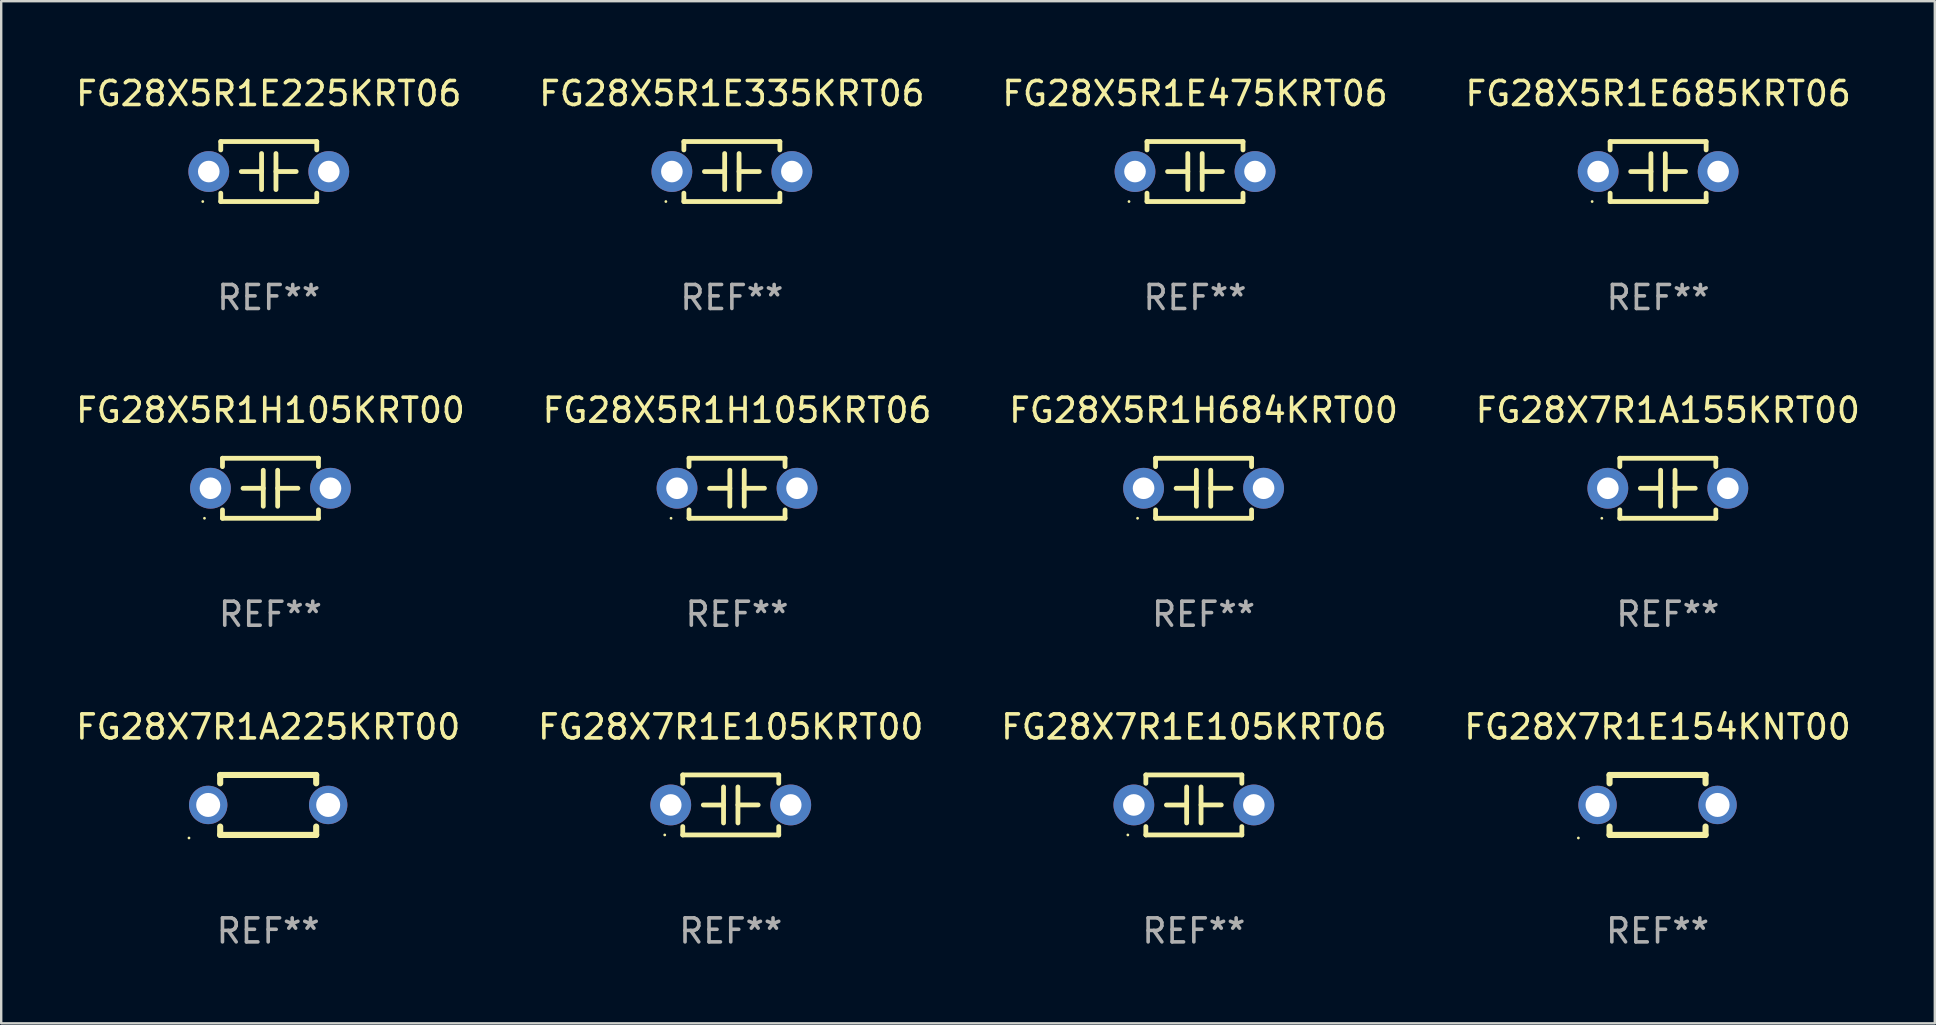
<source format=kicad_pcb>
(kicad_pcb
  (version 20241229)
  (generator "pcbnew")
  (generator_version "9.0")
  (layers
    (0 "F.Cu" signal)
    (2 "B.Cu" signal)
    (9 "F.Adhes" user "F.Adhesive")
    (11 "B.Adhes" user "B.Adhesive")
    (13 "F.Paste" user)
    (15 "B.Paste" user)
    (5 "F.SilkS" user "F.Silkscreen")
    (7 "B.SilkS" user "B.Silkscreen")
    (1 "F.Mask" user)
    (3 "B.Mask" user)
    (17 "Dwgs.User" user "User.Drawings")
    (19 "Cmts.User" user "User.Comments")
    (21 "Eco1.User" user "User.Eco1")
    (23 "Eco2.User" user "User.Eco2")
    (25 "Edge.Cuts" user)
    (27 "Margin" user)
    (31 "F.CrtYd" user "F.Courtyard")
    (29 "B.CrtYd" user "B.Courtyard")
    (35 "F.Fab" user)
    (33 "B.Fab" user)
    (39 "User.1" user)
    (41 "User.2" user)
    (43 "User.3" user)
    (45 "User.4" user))
  (footprint "FG28X7R1E105KRT06"
    (layer "F.Cu")
    (at 46.696 30.491)
    (property "Reference" "FG28X7R1E105KRT06" (at 0 -3.25 0) (layer "F.SilkS") (effects (font (size 1 1) (thickness 0.15))))
    (attr through_hole)
    (fp_line (start -2 -1.25) (end -2 -0.901) (stroke (width 0.2) (type solid)) (layer "F.SilkS"))
    (fp_line (start -2 -1.25) (end 2 -1.25) (stroke (width 0.2) (type solid)) (layer "F.SilkS"))
    (fp_line (start -2 0.901) (end -2 1.25) (stroke (width 0.2) (type solid)) (layer "F.SilkS"))
    (fp_line (start -0.3 -0.75) (end -0.3 0.75) (stroke (width 0.2) (type solid)) (layer "F.SilkS"))
    (fp_line (start -0.3 0.001) (end -1.143 0.001) (stroke (width 0.2) (type solid)) (layer "F.SilkS"))
    (fp_line (start 0.3 -0.001) (end 1.143 -0.001) (stroke (width 0.2) (type solid)) (layer "F.SilkS"))
    (fp_line (start 0.3 0.75) (end 0.3 -0.75) (stroke (width 0.2) (type solid)) (layer "F.SilkS"))
    (fp_line (start 2 -1.25) (end 2 -0.901) (stroke (width 0.2) (type solid)) (layer "F.SilkS"))
    (fp_line (start 2 0.901) (end 2 1.25) (stroke (width 0.2) (type solid)) (layer "F.SilkS"))
    (fp_line (start 2 1.25) (end -2 1.25) (stroke (width 0.2) (type solid)) (layer "F.SilkS"))
    (fp_circle (center -2.75 1.25) (end -2.72 1.25) (stroke (width 0.06) (type solid)) (fill no) (layer "F.SilkS"))
    (fp_text user "REF**" (at 0 5.25 0) (layer "F.Fab") (effects (font (size 1 1) (thickness 0.15))))
    (pad "1" thru_hole circle (at -2.5 0) (size 1.7 1.7) (drill 0.9) (layers "*.Cu" "*.Mask"))
    (pad "2" thru_hole circle (at 2.5 0) (size 1.7 1.7) (drill 0.9) (layers "*.Cu" "*.Mask")))
  (footprint "FG28X5R1E335KRT06"
    (layer "F.Cu")
    (at 27.446 4.098)
    (property "Reference" "FG28X5R1E335KRT06" (at 0 -3.25 0) (layer "F.SilkS") (effects (font (size 1 1) (thickness 0.15))))
    (attr through_hole)
    (fp_line (start -2 -1.25) (end -2 -0.901) (stroke (width 0.2) (type solid)) (layer "F.SilkS"))
    (fp_line (start -2 -1.25) (end 2 -1.25) (stroke (width 0.2) (type solid)) (layer "F.SilkS"))
    (fp_line (start -2 0.901) (end -2 1.25) (stroke (width 0.2) (type solid)) (layer "F.SilkS"))
    (fp_line (start -0.3 -0.75) (end -0.3 0.75) (stroke (width 0.2) (type solid)) (layer "F.SilkS"))
    (fp_line (start -0.3 0.001) (end -1.143 0.001) (stroke (width 0.2) (type solid)) (layer "F.SilkS"))
    (fp_line (start 0.3 -0.001) (end 1.143 -0.001) (stroke (width 0.2) (type solid)) (layer "F.SilkS"))
    (fp_line (start 0.3 0.75) (end 0.3 -0.75) (stroke (width 0.2) (type solid)) (layer "F.SilkS"))
    (fp_line (start 2 -1.25) (end 2 -0.901) (stroke (width 0.2) (type solid)) (layer "F.SilkS"))
    (fp_line (start 2 0.901) (end 2 1.25) (stroke (width 0.2) (type solid)) (layer "F.SilkS"))
    (fp_line (start 2 1.25) (end -2 1.25) (stroke (width 0.2) (type solid)) (layer "F.SilkS"))
    (fp_circle (center -2.75 1.25) (end -2.72 1.25) (stroke (width 0.06) (type solid)) (fill no) (layer "F.SilkS"))
    (fp_text user "REF**" (at 0 5.25 0) (layer "F.Fab") (effects (font (size 1 1) (thickness 0.15))))
    (pad "1" thru_hole circle (at -2.5 0) (size 1.7 1.7) (drill 0.9) (layers "*.Cu" "*.Mask"))
    (pad "2" thru_hole circle (at 2.5 0) (size 1.7 1.7) (drill 0.9) (layers "*.Cu" "*.Mask")))
  (footprint "FG28X7R1A155KRT00"
    (layer "F.Cu")
    (at 66.446 17.295)
    (property "Reference" "FG28X7R1A155KRT00" (at 0 -3.25 0) (layer "F.SilkS") (effects (font (size 1 1) (thickness 0.15))))
    (attr through_hole)
    (fp_line (start -2 -1.25) (end -2 -0.901) (stroke (width 0.2) (type solid)) (layer "F.SilkS"))
    (fp_line (start -2 -1.25) (end 2 -1.25) (stroke (width 0.2) (type solid)) (layer "F.SilkS"))
    (fp_line (start -2 0.901) (end -2 1.25) (stroke (width 0.2) (type solid)) (layer "F.SilkS"))
    (fp_line (start -0.3 -0.75) (end -0.3 0.75) (stroke (width 0.2) (type solid)) (layer "F.SilkS"))
    (fp_line (start -0.3 0.001) (end -1.143 0.001) (stroke (width 0.2) (type solid)) (layer "F.SilkS"))
    (fp_line (start 0.3 -0.001) (end 1.143 -0.001) (stroke (width 0.2) (type solid)) (layer "F.SilkS"))
    (fp_line (start 0.3 0.75) (end 0.3 -0.75) (stroke (width 0.2) (type solid)) (layer "F.SilkS"))
    (fp_line (start 2 -1.25) (end 2 -0.901) (stroke (width 0.2) (type solid)) (layer "F.SilkS"))
    (fp_line (start 2 0.901) (end 2 1.25) (stroke (width 0.2) (type solid)) (layer "F.SilkS"))
    (fp_line (start 2 1.25) (end -2 1.25) (stroke (width 0.2) (type solid)) (layer "F.SilkS"))
    (fp_circle (center -2.75 1.25) (end -2.72 1.25) (stroke (width 0.06) (type solid)) (fill no) (layer "F.SilkS"))
    (fp_text user "REF**" (at 0 5.25 0) (layer "F.Fab") (effects (font (size 1 1) (thickness 0.15))))
    (pad "1" thru_hole circle (at -2.5 0) (size 1.7 1.7) (drill 0.9) (layers "*.Cu" "*.Mask"))
    (pad "2" thru_hole circle (at 2.5 0) (size 1.7 1.7) (drill 0.9) (layers "*.Cu" "*.Mask")))
  (footprint "FG28X7R1A225KRT00"
    (layer "F.Cu")
    (at 8.125 30.491)
    (property "Reference" "FG28X7R1A225KRT00" (at 0 -3.25 0) (layer "F.SilkS") (effects (font (size 1 1) (thickness 0.15))))
    (attr through_hole)
    (fp_line (start -2 -1.25) (end -2 -0.901) (stroke (width 0.254) (type solid)) (layer "F.SilkS"))
    (fp_line (start -2 -1.25) (end 2 -1.25) (stroke (width 0.254) (type solid)) (layer "F.SilkS"))
    (fp_line (start -2 0.901) (end -2 1.25) (stroke (width 0.254) (type solid)) (layer "F.SilkS"))
    (fp_line (start 2 -1.25) (end 2 -0.901) (stroke (width 0.254) (type solid)) (layer "F.SilkS"))
    (fp_line (start 2 0.901) (end 2 1.25) (stroke (width 0.254) (type solid)) (layer "F.SilkS"))
    (fp_line (start 2 1.25) (end -2 1.25) (stroke (width 0.254) (type solid)) (layer "F.SilkS"))
    (fp_circle (center -3.3 1.377) (end -3.27 1.377) (stroke (width 0.06) (type solid)) (fill no) (layer "F.SilkS"))
    (fp_text user "REF**" (at 0 5.25 0) (layer "F.Fab") (effects (font (size 1 1) (thickness 0.15))))
    (pad "1" thru_hole circle (at -2.5 0) (size 1.6 1.6) (drill 1) (layers "*.Cu" "*.Mask"))
    (pad "2" thru_hole circle (at 2.5 0) (size 1.6 1.6) (drill 1) (layers "*.Cu" "*.Mask")))
  (footprint "FG28X7R1E105KRT00"
    (layer "F.Cu")
    (at 27.399 30.491)
    (property "Reference" "FG28X7R1E105KRT00" (at 0 -3.25 0) (layer "F.SilkS") (effects (font (size 1 1) (thickness 0.15))))
    (attr through_hole)
    (fp_line (start -2 -1.25) (end -2 -0.901) (stroke (width 0.2) (type solid)) (layer "F.SilkS"))
    (fp_line (start -2 -1.25) (end 2 -1.25) (stroke (width 0.2) (type solid)) (layer "F.SilkS"))
    (fp_line (start -2 0.901) (end -2 1.25) (stroke (width 0.2) (type solid)) (layer "F.SilkS"))
    (fp_line (start -0.3 -0.75) (end -0.3 0.75) (stroke (width 0.2) (type solid)) (layer "F.SilkS"))
    (fp_line (start -0.3 0.001) (end -1.143 0.001) (stroke (width 0.2) (type solid)) (layer "F.SilkS"))
    (fp_line (start 0.3 -0.001) (end 1.143 -0.001) (stroke (width 0.2) (type solid)) (layer "F.SilkS"))
    (fp_line (start 0.3 0.75) (end 0.3 -0.75) (stroke (width 0.2) (type solid)) (layer "F.SilkS"))
    (fp_line (start 2 -1.25) (end 2 -0.901) (stroke (width 0.2) (type solid)) (layer "F.SilkS"))
    (fp_line (start 2 0.901) (end 2 1.25) (stroke (width 0.2) (type solid)) (layer "F.SilkS"))
    (fp_line (start 2 1.25) (end -2 1.25) (stroke (width 0.2) (type solid)) (layer "F.SilkS"))
    (fp_circle (center -2.75 1.25) (end -2.72 1.25) (stroke (width 0.06) (type solid)) (fill no) (layer "F.SilkS"))
    (fp_text user "REF**" (at 0 5.25 0) (layer "F.Fab") (effects (font (size 1 1) (thickness 0.15))))
    (pad "1" thru_hole circle (at -2.5 0) (size 1.7 1.7) (drill 0.9) (layers "*.Cu" "*.Mask"))
    (pad "2" thru_hole circle (at 2.5 0) (size 1.7 1.7) (drill 0.9) (layers "*.Cu" "*.Mask")))
  (footprint "FG28X7R1E154KNT00"
    (layer "F.Cu")
    (at 66.018 30.491)
    (property "Reference" "FG28X7R1E154KNT00" (at 0 -3.25 0) (layer "F.SilkS") (effects (font (size 1 1) (thickness 0.15))))
    (attr through_hole)
    (fp_line (start -2 -1.25) (end -2 -0.901) (stroke (width 0.254) (type solid)) (layer "F.SilkS"))
    (fp_line (start -2 -1.25) (end 2 -1.25) (stroke (width 0.254) (type solid)) (layer "F.SilkS"))
    (fp_line (start -2 0.901) (end -2 1.25) (stroke (width 0.254) (type solid)) (layer "F.SilkS"))
    (fp_line (start 2 -1.25) (end 2 -0.901) (stroke (width 0.254) (type solid)) (layer "F.SilkS"))
    (fp_line (start 2 0.901) (end 2 1.25) (stroke (width 0.254) (type solid)) (layer "F.SilkS"))
    (fp_line (start 2 1.25) (end -2 1.25) (stroke (width 0.254) (type solid)) (layer "F.SilkS"))
    (fp_circle (center -3.3 1.377) (end -3.27 1.377) (stroke (width 0.06) (type solid)) (fill no) (layer "F.SilkS"))
    (fp_text user "REF**" (at 0 5.25 0) (layer "F.Fab") (effects (font (size 1 1) (thickness 0.15))))
    (pad "1" thru_hole circle (at -2.5 0) (size 1.6 1.6) (drill 1) (layers "*.Cu" "*.Mask"))
    (pad "2" thru_hole circle (at 2.5 0) (size 1.6 1.6) (drill 1) (layers "*.Cu" "*.Mask")))
  (footprint "FG28X5R1H684KRT00"
    (layer "F.Cu")
    (at 47.101 17.295)
    (property "Reference" "FG28X5R1H684KRT00" (at 0 -3.25 0) (layer "F.SilkS") (effects (font (size 1 1) (thickness 0.15))))
    (attr through_hole)
    (fp_line (start -2 -1.25) (end -2 -0.901) (stroke (width 0.2) (type solid)) (layer "F.SilkS"))
    (fp_line (start -2 -1.25) (end 2 -1.25) (stroke (width 0.2) (type solid)) (layer "F.SilkS"))
    (fp_line (start -2 0.901) (end -2 1.25) (stroke (width 0.2) (type solid)) (layer "F.SilkS"))
    (fp_line (start -0.3 -0.75) (end -0.3 0.75) (stroke (width 0.2) (type solid)) (layer "F.SilkS"))
    (fp_line (start -0.3 0.001) (end -1.143 0.001) (stroke (width 0.2) (type solid)) (layer "F.SilkS"))
    (fp_line (start 0.3 -0.001) (end 1.143 -0.001) (stroke (width 0.2) (type solid)) (layer "F.SilkS"))
    (fp_line (start 0.3 0.75) (end 0.3 -0.75) (stroke (width 0.2) (type solid)) (layer "F.SilkS"))
    (fp_line (start 2 -1.25) (end 2 -0.901) (stroke (width 0.2) (type solid)) (layer "F.SilkS"))
    (fp_line (start 2 0.901) (end 2 1.25) (stroke (width 0.2) (type solid)) (layer "F.SilkS"))
    (fp_line (start 2 1.25) (end -2 1.25) (stroke (width 0.2) (type solid)) (layer "F.SilkS"))
    (fp_circle (center -2.75 1.25) (end -2.72 1.25) (stroke (width 0.06) (type solid)) (fill no) (layer "F.SilkS"))
    (fp_text user "REF**" (at 0 5.25 0) (layer "F.Fab") (effects (font (size 1 1) (thickness 0.15))))
    (pad "1" thru_hole circle (at -2.5 0) (size 1.7 1.7) (drill 0.9) (layers "*.Cu" "*.Mask"))
    (pad "2" thru_hole circle (at 2.5 0) (size 1.7 1.7) (drill 0.9) (layers "*.Cu" "*.Mask")))
  (footprint "FG28X5R1H105KRT06"
    (layer "F.Cu")
    (at 27.661 17.295)
    (property "Reference" "FG28X5R1H105KRT06" (at 0 -3.25 0) (layer "F.SilkS") (effects (font (size 1 1) (thickness 0.15))))
    (attr through_hole)
    (fp_line (start -2 -1.25) (end -2 -0.901) (stroke (width 0.2) (type solid)) (layer "F.SilkS"))
    (fp_line (start -2 -1.25) (end 2 -1.25) (stroke (width 0.2) (type solid)) (layer "F.SilkS"))
    (fp_line (start -2 0.901) (end -2 1.25) (stroke (width 0.2) (type solid)) (layer "F.SilkS"))
    (fp_line (start -0.3 -0.75) (end -0.3 0.75) (stroke (width 0.2) (type solid)) (layer "F.SilkS"))
    (fp_line (start -0.3 0.001) (end -1.143 0.001) (stroke (width 0.2) (type solid)) (layer "F.SilkS"))
    (fp_line (start 0.3 -0.001) (end 1.143 -0.001) (stroke (width 0.2) (type solid)) (layer "F.SilkS"))
    (fp_line (start 0.3 0.75) (end 0.3 -0.75) (stroke (width 0.2) (type solid)) (layer "F.SilkS"))
    (fp_line (start 2 -1.25) (end 2 -0.901) (stroke (width 0.2) (type solid)) (layer "F.SilkS"))
    (fp_line (start 2 0.901) (end 2 1.25) (stroke (width 0.2) (type solid)) (layer "F.SilkS"))
    (fp_line (start 2 1.25) (end -2 1.25) (stroke (width 0.2) (type solid)) (layer "F.SilkS"))
    (fp_circle (center -2.75 1.25) (end -2.72 1.25) (stroke (width 0.06) (type solid)) (fill no) (layer "F.SilkS"))
    (fp_text user "REF**" (at 0 5.25 0) (layer "F.Fab") (effects (font (size 1 1) (thickness 0.15))))
    (pad "1" thru_hole circle (at -2.5 0) (size 1.7 1.7) (drill 0.9) (layers "*.Cu" "*.Mask"))
    (pad "2" thru_hole circle (at 2.5 0) (size 1.7 1.7) (drill 0.9) (layers "*.Cu" "*.Mask")))
  (footprint "FG28X5R1H105KRT00"
    (layer "F.Cu")
    (at 8.22 17.295)
    (property "Reference" "FG28X5R1H105KRT00" (at 0 -3.25 0) (layer "F.SilkS") (effects (font (size 1 1) (thickness 0.15))))
    (attr through_hole)
    (fp_line (start -2 -1.25) (end -2 -0.901) (stroke (width 0.2) (type solid)) (layer "F.SilkS"))
    (fp_line (start -2 -1.25) (end 2 -1.25) (stroke (width 0.2) (type solid)) (layer "F.SilkS"))
    (fp_line (start -2 0.901) (end -2 1.25) (stroke (width 0.2) (type solid)) (layer "F.SilkS"))
    (fp_line (start -0.3 -0.75) (end -0.3 0.75) (stroke (width 0.2) (type solid)) (layer "F.SilkS"))
    (fp_line (start -0.3 0.001) (end -1.143 0.001) (stroke (width 0.2) (type solid)) (layer "F.SilkS"))
    (fp_line (start 0.3 -0.001) (end 1.143 -0.001) (stroke (width 0.2) (type solid)) (layer "F.SilkS"))
    (fp_line (start 0.3 0.75) (end 0.3 -0.75) (stroke (width 0.2) (type solid)) (layer "F.SilkS"))
    (fp_line (start 2 -1.25) (end 2 -0.901) (stroke (width 0.2) (type solid)) (layer "F.SilkS"))
    (fp_line (start 2 0.901) (end 2 1.25) (stroke (width 0.2) (type solid)) (layer "F.SilkS"))
    (fp_line (start 2 1.25) (end -2 1.25) (stroke (width 0.2) (type solid)) (layer "F.SilkS"))
    (fp_circle (center -2.75 1.25) (end -2.72 1.25) (stroke (width 0.06) (type solid)) (fill no) (layer "F.SilkS"))
    (fp_text user "REF**" (at 0 5.25 0) (layer "F.Fab") (effects (font (size 1 1) (thickness 0.15))))
    (pad "1" thru_hole circle (at -2.5 0) (size 1.7 1.7) (drill 0.9) (layers "*.Cu" "*.Mask"))
    (pad "2" thru_hole circle (at 2.5 0) (size 1.7 1.7) (drill 0.9) (layers "*.Cu" "*.Mask")))
  (footprint "FG28X5R1E685KRT06"
    (layer "F.Cu")
    (at 66.042 4.098)
    (property "Reference" "FG28X5R1E685KRT06" (at 0 -3.25 0) (layer "F.SilkS") (effects (font (size 1 1) (thickness 0.15))))
    (attr through_hole)
    (fp_line (start -2 -1.25) (end -2 -0.901) (stroke (width 0.2) (type solid)) (layer "F.SilkS"))
    (fp_line (start -2 -1.25) (end 2 -1.25) (stroke (width 0.2) (type solid)) (layer "F.SilkS"))
    (fp_line (start -2 0.901) (end -2 1.25) (stroke (width 0.2) (type solid)) (layer "F.SilkS"))
    (fp_line (start -0.3 -0.75) (end -0.3 0.75) (stroke (width 0.2) (type solid)) (layer "F.SilkS"))
    (fp_line (start -0.3 0.001) (end -1.143 0.001) (stroke (width 0.2) (type solid)) (layer "F.SilkS"))
    (fp_line (start 0.3 -0.001) (end 1.143 -0.001) (stroke (width 0.2) (type solid)) (layer "F.SilkS"))
    (fp_line (start 0.3 0.75) (end 0.3 -0.75) (stroke (width 0.2) (type solid)) (layer "F.SilkS"))
    (fp_line (start 2 -1.25) (end 2 -0.901) (stroke (width 0.2) (type solid)) (layer "F.SilkS"))
    (fp_line (start 2 0.901) (end 2 1.25) (stroke (width 0.2) (type solid)) (layer "F.SilkS"))
    (fp_line (start 2 1.25) (end -2 1.25) (stroke (width 0.2) (type solid)) (layer "F.SilkS"))
    (fp_circle (center -2.75 1.25) (end -2.72 1.25) (stroke (width 0.06) (type solid)) (fill no) (layer "F.SilkS"))
    (fp_text user "REF**" (at 0 5.25 0) (layer "F.Fab") (effects (font (size 1 1) (thickness 0.15))))
    (pad "1" thru_hole circle (at -2.5 0) (size 1.7 1.7) (drill 0.9) (layers "*.Cu" "*.Mask"))
    (pad "2" thru_hole circle (at 2.5 0) (size 1.7 1.7) (drill 0.9) (layers "*.Cu" "*.Mask")))
  (footprint "FG28X5R1E475KRT06"
    (layer "F.Cu")
    (at 46.744 4.098)
    (property "Reference" "FG28X5R1E475KRT06" (at 0 -3.25 0) (layer "F.SilkS") (effects (font (size 1 1) (thickness 0.15))))
    (attr through_hole)
    (fp_line (start -2 -1.25) (end -2 -0.901) (stroke (width 0.2) (type solid)) (layer "F.SilkS"))
    (fp_line (start -2 -1.25) (end 2 -1.25) (stroke (width 0.2) (type solid)) (layer "F.SilkS"))
    (fp_line (start -2 0.901) (end -2 1.25) (stroke (width 0.2) (type solid)) (layer "F.SilkS"))
    (fp_line (start -0.3 -0.75) (end -0.3 0.75) (stroke (width 0.2) (type solid)) (layer "F.SilkS"))
    (fp_line (start -0.3 0.001) (end -1.143 0.001) (stroke (width 0.2) (type solid)) (layer "F.SilkS"))
    (fp_line (start 0.3 -0.001) (end 1.143 -0.001) (stroke (width 0.2) (type solid)) (layer "F.SilkS"))
    (fp_line (start 0.3 0.75) (end 0.3 -0.75) (stroke (width 0.2) (type solid)) (layer "F.SilkS"))
    (fp_line (start 2 -1.25) (end 2 -0.901) (stroke (width 0.2) (type solid)) (layer "F.SilkS"))
    (fp_line (start 2 0.901) (end 2 1.25) (stroke (width 0.2) (type solid)) (layer "F.SilkS"))
    (fp_line (start 2 1.25) (end -2 1.25) (stroke (width 0.2) (type solid)) (layer "F.SilkS"))
    (fp_circle (center -2.75 1.25) (end -2.72 1.25) (stroke (width 0.06) (type solid)) (fill no) (layer "F.SilkS"))
    (fp_text user "REF**" (at 0 5.25 0) (layer "F.Fab") (effects (font (size 1 1) (thickness 0.15))))
    (pad "1" thru_hole circle (at -2.5 0) (size 1.7 1.7) (drill 0.9) (layers "*.Cu" "*.Mask"))
    (pad "2" thru_hole circle (at 2.5 0) (size 1.7 1.7) (drill 0.9) (layers "*.Cu" "*.Mask")))
  (footprint "FG28X5R1E225KRT06"
    (layer "F.Cu")
    (at 8.149 4.098)
    (property "Reference" "FG28X5R1E225KRT06" (at 0 -3.25 0) (layer "F.SilkS") (effects (font (size 1 1) (thickness 0.15))))
    (attr through_hole)
    (fp_line (start -2 -1.25) (end -2 -0.901) (stroke (width 0.2) (type solid)) (layer "F.SilkS"))
    (fp_line (start -2 -1.25) (end 2 -1.25) (stroke (width 0.2) (type solid)) (layer "F.SilkS"))
    (fp_line (start -2 0.901) (end -2 1.25) (stroke (width 0.2) (type solid)) (layer "F.SilkS"))
    (fp_line (start -0.3 -0.75) (end -0.3 0.75) (stroke (width 0.2) (type solid)) (layer "F.SilkS"))
    (fp_line (start -0.3 0.001) (end -1.143 0.001) (stroke (width 0.2) (type solid)) (layer "F.SilkS"))
    (fp_line (start 0.3 -0.001) (end 1.143 -0.001) (stroke (width 0.2) (type solid)) (layer "F.SilkS"))
    (fp_line (start 0.3 0.75) (end 0.3 -0.75) (stroke (width 0.2) (type solid)) (layer "F.SilkS"))
    (fp_line (start 2 -1.25) (end 2 -0.901) (stroke (width 0.2) (type solid)) (layer "F.SilkS"))
    (fp_line (start 2 0.901) (end 2 1.25) (stroke (width 0.2) (type solid)) (layer "F.SilkS"))
    (fp_line (start 2 1.25) (end -2 1.25) (stroke (width 0.2) (type solid)) (layer "F.SilkS"))
    (fp_circle (center -2.75 1.25) (end -2.72 1.25) (stroke (width 0.06) (type solid)) (fill no) (layer "F.SilkS"))
    (fp_text user "REF**" (at 0 5.25 0) (layer "F.Fab") (effects (font (size 1 1) (thickness 0.15))))
    (pad "1" thru_hole circle (at -2.5 0) (size 1.7 1.7) (drill 0.9) (layers "*.Cu" "*.Mask"))
    (pad "2" thru_hole circle (at 2.5 0) (size 1.7 1.7) (drill 0.9) (layers "*.Cu" "*.Mask")))
  (gr_rect
    (start -3 -3)
    (end 77.571 39.59)
    (stroke (width 0.1) (type default))
    (fill no)
    (layer "Edge.Cuts")))
</source>
